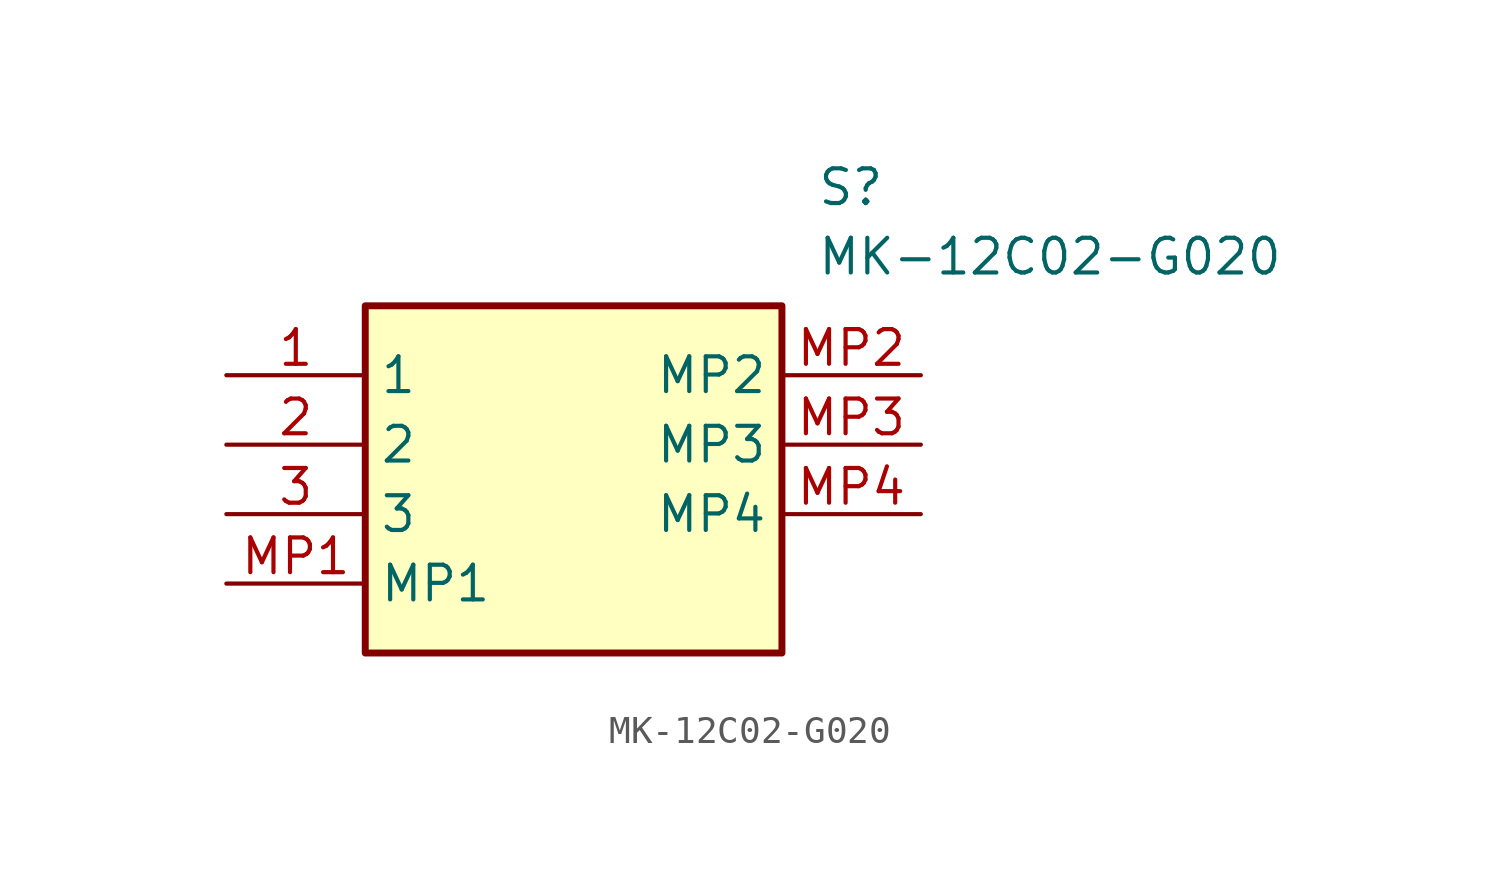
<source format=kicad_sym>
(kicad_symbol_lib
  (version 20211014)
  (generator SamacSys_ECAD_Model)
  (symbol "MK-12C02-G020"
    (property "Reference" "S"
      (at 21.59 7.62 0)
      (effects (font (size 1.27 1.27)) (justify left top)))
    (property "Value" "MK-12C02-G020"
      (at 21.59 5.08 0)
      (effects (font (size 1.27 1.27)) (justify left top)))
    (rectangle
      (start 5.08 2.54)
      (end 20.32 -10.16)
      (stroke (width 0.254) (type default))
      (fill (type background)))
    (pin passive line
      (at 0 0 0)
      (length 5.08)
      (name "1" (effects (font (size 1.27 1.27))))
      (number "1" (effects (font (size 1.27 1.27)))))
    (pin passive line
      (at 0 -2.54 0)
      (length 5.08)
      (name "2" (effects (font (size 1.27 1.27))))
      (number "2" (effects (font (size 1.27 1.27)))))
    (pin passive line
      (at 0 -5.08 0)
      (length 5.08)
      (name "3" (effects (font (size 1.27 1.27))))
      (number "3" (effects (font (size 1.27 1.27)))))
    (pin passive line
      (at 0 -7.62 0)
      (length 5.08)
      (name "MP1" (effects (font (size 1.27 1.27))))
      (number "MP1" (effects (font (size 1.27 1.27)))))
    (pin passive line
      (at 25.4 0 180)
      (length 5.08)
      (name "MP2" (effects (font (size 1.27 1.27))))
      (number "MP2" (effects (font (size 1.27 1.27)))))
    (pin passive line
      (at 25.4 -2.54 180)
      (length 5.08)
      (name "MP3" (effects (font (size 1.27 1.27))))
      (number "MP3" (effects (font (size 1.27 1.27)))))
    (pin passive line
      (at 25.4 -5.08 180)
      (length 5.08)
      (name "MP4" (effects (font (size 1.27 1.27))))
      (number "MP4" (effects (font (size 1.27 1.27)))))))
</source>
